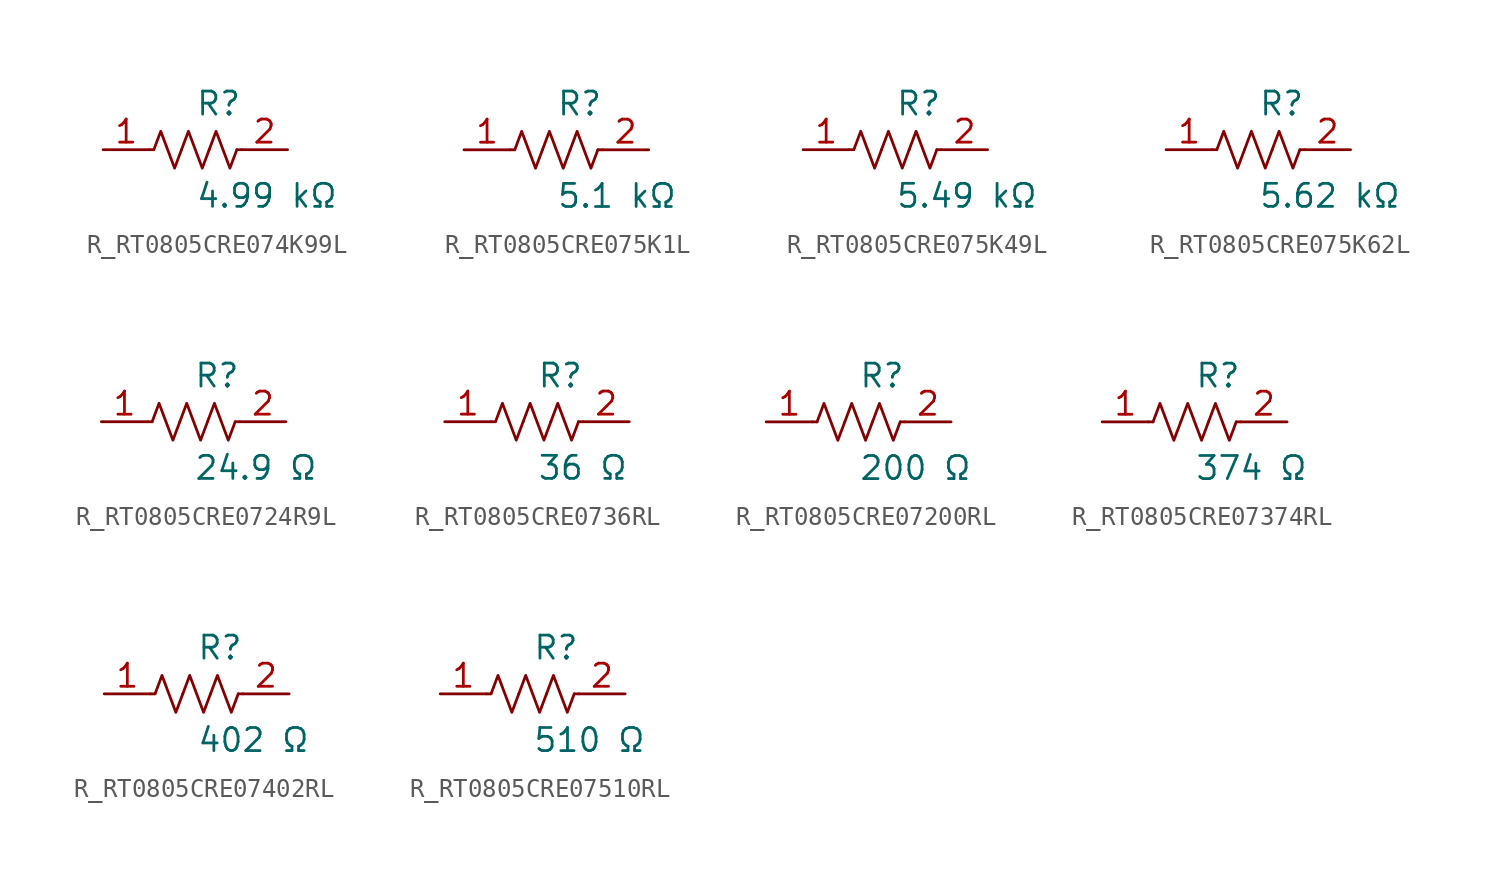
<source format=kicad_sym>
(kicad_symbol_lib
  (version 20231120)
  (generator kicad_symbol_editor)
  (generator_version 8.0)
  (symbol "R_RT0805CRE074K99L"
    (pin_names
      (offset 0.254))
    (property "Reference" "R"
      (at 0.0 2.54 0)
      (effects (font (size 1.27 1.27)) (justify left)))
    (property "Value" "4.99 kΩ"
      (at 0.0 -2.54 0)
      (effects (font (size 1.27 1.27)) (justify left)))
    (symbol "R_RT0805CRE074K99L_0_1"
      (polyline (pts (xy 2.286 0) (xy 2.54 0)) (stroke (width 0) (type default)) (fill (type none)))
      (polyline (pts (xy -2.286 0) (xy -2.54 0)) (stroke (width 0) (type default)) (fill (type none)))
      (polyline (pts (xy 0.762 0) (xy 1.143 1.016) (xy 1.524 0) (xy 1.905 -1.016) (xy 2.286 0)) (stroke (width 0) (type default)) (fill (type none)))
      (polyline (pts (xy -0.762 0) (xy -0.381 1.016) (xy 0 0) (xy 0.381 -1.016) (xy 0.762 0)) (stroke (width 0) (type default)) (fill (type none)))
      (polyline (pts (xy -2.286 0) (xy -1.905 1.016) (xy -1.524 0) (xy -1.143 -1.016) (xy -0.762 0)) (stroke (width 0) (type default)) (fill (type none))))
    (pin unspecified line
      (at -5.08 0 0)
      (length 2.54)
      (name "" (effects (font (size 1.27 1.27))))
      (number "1" (effects (font (size 1.27 1.27)))))
    (pin unspecified line
      (at 5.08 0 180)
      (length 2.54)
      (name "" (effects (font (size 1.27 1.27))))
      (number "2" (effects (font (size 1.27 1.27))))))
  (symbol "R_RT0805CRE075K1L"
    (pin_names
      (offset 0.254))
    (property "Reference" "R"
      (at 0.0 2.54 0)
      (effects (font (size 1.27 1.27)) (justify left)))
    (property "Value" "5.1 kΩ"
      (at 0.0 -2.54 0)
      (effects (font (size 1.27 1.27)) (justify left)))
    (symbol "R_RT0805CRE075K1L_0_1"
      (polyline (pts (xy 2.286 0) (xy 2.54 0)) (stroke (width 0) (type default)) (fill (type none)))
      (polyline (pts (xy -2.286 0) (xy -2.54 0)) (stroke (width 0) (type default)) (fill (type none)))
      (polyline (pts (xy 0.762 0) (xy 1.143 1.016) (xy 1.524 0) (xy 1.905 -1.016) (xy 2.286 0)) (stroke (width 0) (type default)) (fill (type none)))
      (polyline (pts (xy -0.762 0) (xy -0.381 1.016) (xy 0 0) (xy 0.381 -1.016) (xy 0.762 0)) (stroke (width 0) (type default)) (fill (type none)))
      (polyline (pts (xy -2.286 0) (xy -1.905 1.016) (xy -1.524 0) (xy -1.143 -1.016) (xy -0.762 0)) (stroke (width 0) (type default)) (fill (type none))))
    (pin unspecified line
      (at -5.08 0 0)
      (length 2.54)
      (name "" (effects (font (size 1.27 1.27))))
      (number "1" (effects (font (size 1.27 1.27)))))
    (pin unspecified line
      (at 5.08 0 180)
      (length 2.54)
      (name "" (effects (font (size 1.27 1.27))))
      (number "2" (effects (font (size 1.27 1.27))))))
  (symbol "R_RT0805CRE075K49L"
    (pin_names
      (offset 0.254))
    (property "Reference" "R"
      (at 0.0 2.54 0)
      (effects (font (size 1.27 1.27)) (justify left)))
    (property "Value" "5.49 kΩ"
      (at 0.0 -2.54 0)
      (effects (font (size 1.27 1.27)) (justify left)))
    (symbol "R_RT0805CRE075K49L_0_1"
      (polyline (pts (xy 2.286 0) (xy 2.54 0)) (stroke (width 0) (type default)) (fill (type none)))
      (polyline (pts (xy -2.286 0) (xy -2.54 0)) (stroke (width 0) (type default)) (fill (type none)))
      (polyline (pts (xy 0.762 0) (xy 1.143 1.016) (xy 1.524 0) (xy 1.905 -1.016) (xy 2.286 0)) (stroke (width 0) (type default)) (fill (type none)))
      (polyline (pts (xy -0.762 0) (xy -0.381 1.016) (xy 0 0) (xy 0.381 -1.016) (xy 0.762 0)) (stroke (width 0) (type default)) (fill (type none)))
      (polyline (pts (xy -2.286 0) (xy -1.905 1.016) (xy -1.524 0) (xy -1.143 -1.016) (xy -0.762 0)) (stroke (width 0) (type default)) (fill (type none))))
    (pin unspecified line
      (at -5.08 0 0)
      (length 2.54)
      (name "" (effects (font (size 1.27 1.27))))
      (number "1" (effects (font (size 1.27 1.27)))))
    (pin unspecified line
      (at 5.08 0 180)
      (length 2.54)
      (name "" (effects (font (size 1.27 1.27))))
      (number "2" (effects (font (size 1.27 1.27))))))
  (symbol "R_RT0805CRE075K62L"
    (pin_names
      (offset 0.254))
    (property "Reference" "R"
      (at 0.0 2.54 0)
      (effects (font (size 1.27 1.27)) (justify left)))
    (property "Value" "5.62 kΩ"
      (at 0.0 -2.54 0)
      (effects (font (size 1.27 1.27)) (justify left)))
    (symbol "R_RT0805CRE075K62L_0_1"
      (polyline (pts (xy 2.286 0) (xy 2.54 0)) (stroke (width 0) (type default)) (fill (type none)))
      (polyline (pts (xy -2.286 0) (xy -2.54 0)) (stroke (width 0) (type default)) (fill (type none)))
      (polyline (pts (xy 0.762 0) (xy 1.143 1.016) (xy 1.524 0) (xy 1.905 -1.016) (xy 2.286 0)) (stroke (width 0) (type default)) (fill (type none)))
      (polyline (pts (xy -0.762 0) (xy -0.381 1.016) (xy 0 0) (xy 0.381 -1.016) (xy 0.762 0)) (stroke (width 0) (type default)) (fill (type none)))
      (polyline (pts (xy -2.286 0) (xy -1.905 1.016) (xy -1.524 0) (xy -1.143 -1.016) (xy -0.762 0)) (stroke (width 0) (type default)) (fill (type none))))
    (pin unspecified line
      (at -5.08 0 0)
      (length 2.54)
      (name "" (effects (font (size 1.27 1.27))))
      (number "1" (effects (font (size 1.27 1.27)))))
    (pin unspecified line
      (at 5.08 0 180)
      (length 2.54)
      (name "" (effects (font (size 1.27 1.27))))
      (number "2" (effects (font (size 1.27 1.27))))))
  (symbol "R_RT0805CRE0724R9L"
    (pin_names
      (offset 0.254))
    (property "Reference" "R"
      (at 0.0 2.54 0)
      (effects (font (size 1.27 1.27)) (justify left)))
    (property "Value" "24.9 Ω"
      (at 0.0 -2.54 0)
      (effects (font (size 1.27 1.27)) (justify left)))
    (symbol "R_RT0805CRE0724R9L_0_1"
      (polyline (pts (xy 2.286 0) (xy 2.54 0)) (stroke (width 0) (type default)) (fill (type none)))
      (polyline (pts (xy -2.286 0) (xy -2.54 0)) (stroke (width 0) (type default)) (fill (type none)))
      (polyline (pts (xy 0.762 0) (xy 1.143 1.016) (xy 1.524 0) (xy 1.905 -1.016) (xy 2.286 0)) (stroke (width 0) (type default)) (fill (type none)))
      (polyline (pts (xy -0.762 0) (xy -0.381 1.016) (xy 0 0) (xy 0.381 -1.016) (xy 0.762 0)) (stroke (width 0) (type default)) (fill (type none)))
      (polyline (pts (xy -2.286 0) (xy -1.905 1.016) (xy -1.524 0) (xy -1.143 -1.016) (xy -0.762 0)) (stroke (width 0) (type default)) (fill (type none))))
    (pin unspecified line
      (at -5.08 0 0)
      (length 2.54)
      (name "" (effects (font (size 1.27 1.27))))
      (number "1" (effects (font (size 1.27 1.27)))))
    (pin unspecified line
      (at 5.08 0 180)
      (length 2.54)
      (name "" (effects (font (size 1.27 1.27))))
      (number "2" (effects (font (size 1.27 1.27))))))
  (symbol "R_RT0805CRE0736RL"
    (pin_names
      (offset 0.254))
    (property "Reference" "R"
      (at 0.0 2.54 0)
      (effects (font (size 1.27 1.27)) (justify left)))
    (property "Value" "36 Ω"
      (at 0.0 -2.54 0)
      (effects (font (size 1.27 1.27)) (justify left)))
    (symbol "R_RT0805CRE0736RL_0_1"
      (polyline (pts (xy 2.286 0) (xy 2.54 0)) (stroke (width 0) (type default)) (fill (type none)))
      (polyline (pts (xy -2.286 0) (xy -2.54 0)) (stroke (width 0) (type default)) (fill (type none)))
      (polyline (pts (xy 0.762 0) (xy 1.143 1.016) (xy 1.524 0) (xy 1.905 -1.016) (xy 2.286 0)) (stroke (width 0) (type default)) (fill (type none)))
      (polyline (pts (xy -0.762 0) (xy -0.381 1.016) (xy 0 0) (xy 0.381 -1.016) (xy 0.762 0)) (stroke (width 0) (type default)) (fill (type none)))
      (polyline (pts (xy -2.286 0) (xy -1.905 1.016) (xy -1.524 0) (xy -1.143 -1.016) (xy -0.762 0)) (stroke (width 0) (type default)) (fill (type none))))
    (pin unspecified line
      (at -5.08 0 0)
      (length 2.54)
      (name "" (effects (font (size 1.27 1.27))))
      (number "1" (effects (font (size 1.27 1.27)))))
    (pin unspecified line
      (at 5.08 0 180)
      (length 2.54)
      (name "" (effects (font (size 1.27 1.27))))
      (number "2" (effects (font (size 1.27 1.27))))))
  (symbol "R_RT0805CRE07200RL"
    (pin_names
      (offset 0.254))
    (property "Reference" "R"
      (at 0.0 2.54 0)
      (effects (font (size 1.27 1.27)) (justify left)))
    (property "Value" "200 Ω"
      (at 0.0 -2.54 0)
      (effects (font (size 1.27 1.27)) (justify left)))
    (symbol "R_RT0805CRE07200RL_0_1"
      (polyline (pts (xy 2.286 0) (xy 2.54 0)) (stroke (width 0) (type default)) (fill (type none)))
      (polyline (pts (xy -2.286 0) (xy -2.54 0)) (stroke (width 0) (type default)) (fill (type none)))
      (polyline (pts (xy 0.762 0) (xy 1.143 1.016) (xy 1.524 0) (xy 1.905 -1.016) (xy 2.286 0)) (stroke (width 0) (type default)) (fill (type none)))
      (polyline (pts (xy -0.762 0) (xy -0.381 1.016) (xy 0 0) (xy 0.381 -1.016) (xy 0.762 0)) (stroke (width 0) (type default)) (fill (type none)))
      (polyline (pts (xy -2.286 0) (xy -1.905 1.016) (xy -1.524 0) (xy -1.143 -1.016) (xy -0.762 0)) (stroke (width 0) (type default)) (fill (type none))))
    (pin unspecified line
      (at -5.08 0 0)
      (length 2.54)
      (name "" (effects (font (size 1.27 1.27))))
      (number "1" (effects (font (size 1.27 1.27)))))
    (pin unspecified line
      (at 5.08 0 180)
      (length 2.54)
      (name "" (effects (font (size 1.27 1.27))))
      (number "2" (effects (font (size 1.27 1.27))))))
  (symbol "R_RT0805CRE07374RL"
    (pin_names
      (offset 0.254))
    (property "Reference" "R"
      (at 0.0 2.54 0)
      (effects (font (size 1.27 1.27)) (justify left)))
    (property "Value" "374 Ω"
      (at 0.0 -2.54 0)
      (effects (font (size 1.27 1.27)) (justify left)))
    (symbol "R_RT0805CRE07374RL_0_1"
      (polyline (pts (xy 2.286 0) (xy 2.54 0)) (stroke (width 0) (type default)) (fill (type none)))
      (polyline (pts (xy -2.286 0) (xy -2.54 0)) (stroke (width 0) (type default)) (fill (type none)))
      (polyline (pts (xy 0.762 0) (xy 1.143 1.016) (xy 1.524 0) (xy 1.905 -1.016) (xy 2.286 0)) (stroke (width 0) (type default)) (fill (type none)))
      (polyline (pts (xy -0.762 0) (xy -0.381 1.016) (xy 0 0) (xy 0.381 -1.016) (xy 0.762 0)) (stroke (width 0) (type default)) (fill (type none)))
      (polyline (pts (xy -2.286 0) (xy -1.905 1.016) (xy -1.524 0) (xy -1.143 -1.016) (xy -0.762 0)) (stroke (width 0) (type default)) (fill (type none))))
    (pin unspecified line
      (at -5.08 0 0)
      (length 2.54)
      (name "" (effects (font (size 1.27 1.27))))
      (number "1" (effects (font (size 1.27 1.27)))))
    (pin unspecified line
      (at 5.08 0 180)
      (length 2.54)
      (name "" (effects (font (size 1.27 1.27))))
      (number "2" (effects (font (size 1.27 1.27))))))
  (symbol "R_RT0805CRE07402RL"
    (pin_names
      (offset 0.254))
    (property "Reference" "R"
      (at 0.0 2.54 0)
      (effects (font (size 1.27 1.27)) (justify left)))
    (property "Value" "402 Ω"
      (at 0.0 -2.54 0)
      (effects (font (size 1.27 1.27)) (justify left)))
    (symbol "R_RT0805CRE07402RL_0_1"
      (polyline (pts (xy 2.286 0) (xy 2.54 0)) (stroke (width 0) (type default)) (fill (type none)))
      (polyline (pts (xy -2.286 0) (xy -2.54 0)) (stroke (width 0) (type default)) (fill (type none)))
      (polyline (pts (xy 0.762 0) (xy 1.143 1.016) (xy 1.524 0) (xy 1.905 -1.016) (xy 2.286 0)) (stroke (width 0) (type default)) (fill (type none)))
      (polyline (pts (xy -0.762 0) (xy -0.381 1.016) (xy 0 0) (xy 0.381 -1.016) (xy 0.762 0)) (stroke (width 0) (type default)) (fill (type none)))
      (polyline (pts (xy -2.286 0) (xy -1.905 1.016) (xy -1.524 0) (xy -1.143 -1.016) (xy -0.762 0)) (stroke (width 0) (type default)) (fill (type none))))
    (pin unspecified line
      (at -5.08 0 0)
      (length 2.54)
      (name "" (effects (font (size 1.27 1.27))))
      (number "1" (effects (font (size 1.27 1.27)))))
    (pin unspecified line
      (at 5.08 0 180)
      (length 2.54)
      (name "" (effects (font (size 1.27 1.27))))
      (number "2" (effects (font (size 1.27 1.27))))))
  (symbol "R_RT0805CRE07510RL"
    (pin_names
      (offset 0.254))
    (property "Reference" "R"
      (at 0.0 2.54 0)
      (effects (font (size 1.27 1.27)) (justify left)))
    (property "Value" "510 Ω"
      (at 0.0 -2.54 0)
      (effects (font (size 1.27 1.27)) (justify left)))
    (symbol "R_RT0805CRE07510RL_0_1"
      (polyline (pts (xy 2.286 0) (xy 2.54 0)) (stroke (width 0) (type default)) (fill (type none)))
      (polyline (pts (xy -2.286 0) (xy -2.54 0)) (stroke (width 0) (type default)) (fill (type none)))
      (polyline (pts (xy 0.762 0) (xy 1.143 1.016) (xy 1.524 0) (xy 1.905 -1.016) (xy 2.286 0)) (stroke (width 0) (type default)) (fill (type none)))
      (polyline (pts (xy -0.762 0) (xy -0.381 1.016) (xy 0 0) (xy 0.381 -1.016) (xy 0.762 0)) (stroke (width 0) (type default)) (fill (type none)))
      (polyline (pts (xy -2.286 0) (xy -1.905 1.016) (xy -1.524 0) (xy -1.143 -1.016) (xy -0.762 0)) (stroke (width 0) (type default)) (fill (type none))))
    (pin unspecified line
      (at -5.08 0 0)
      (length 2.54)
      (name "" (effects (font (size 1.27 1.27))))
      (number "1" (effects (font (size 1.27 1.27)))))
    (pin unspecified line
      (at 5.08 0 180)
      (length 2.54)
      (name "" (effects (font (size 1.27 1.27))))
      (number "2" (effects (font (size 1.27 1.27)))))))
</source>
